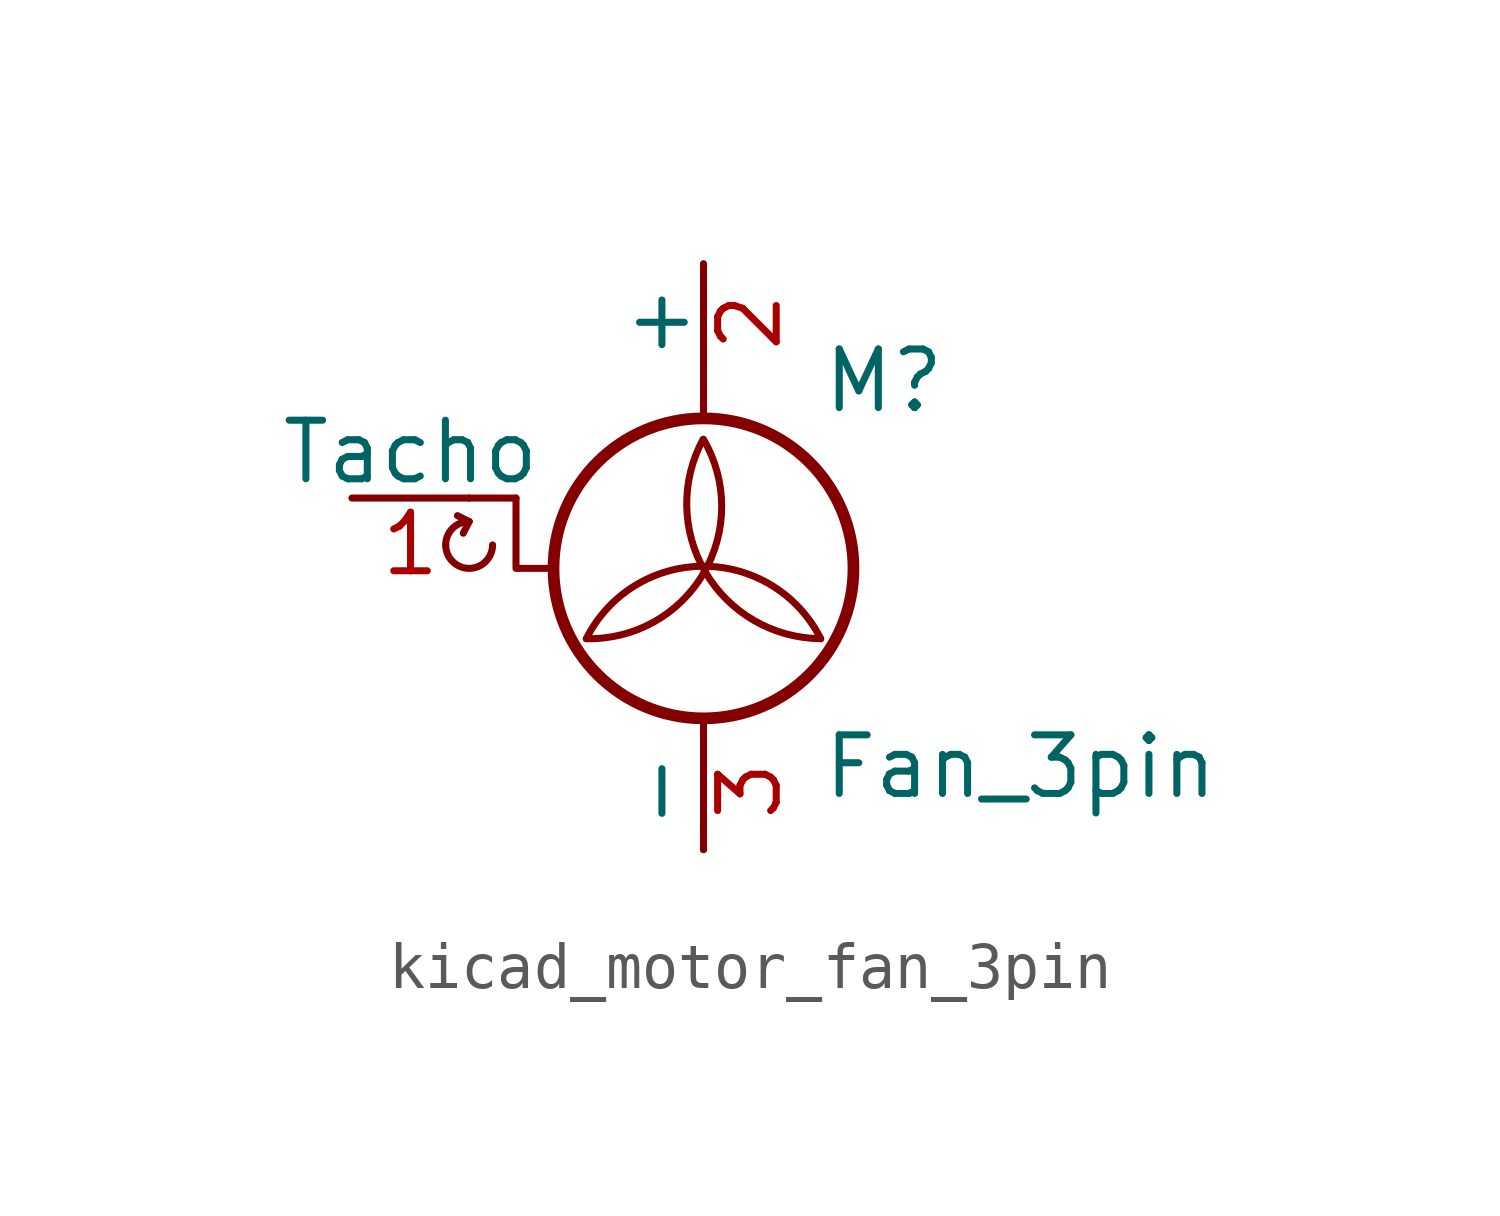
<source format=kicad_sym>
(kicad_symbol_lib
  (version 20220914)
  (generator kicad_symbol_editor)
  (symbol "kicad_motor_fan_3pin"
    (pin_names
      (offset 0))
    (property "Reference" "M"
      (at 2.54 2.54 0)
      (effects (font (size 1.27 1.27)) (justify left)))
    (property "Value" "Fan_3pin"
      (at 2.54 -5.08 0)
      (effects (font (size 1.27 1.27)) (justify left top)))
    (symbol "kicad_motor_fan_3pin_0_0"
      (arc (start -5.588 -1.016) (mid -5.08 -1.5218) (end -4.572 -1.016) (stroke (width 0) (type default)) (fill (type none)))
      (arc (start -5.08 -0.508) (mid -5.4392 -0.6568) (end -5.588 -1.016) (stroke (width 0) (type default)) (fill (type none)))
      (polyline (pts (xy -5.08 -0.508) (xy -5.334 -0.381)) (stroke (width 0) (type default)) (fill (type none)))
      (polyline (pts (xy -5.08 -0.508) (xy -5.207 -0.762)) (stroke (width 0) (type default)) (fill (type none)))
      (polyline (pts (xy -4.064 0) (xy -4.064 -1.524) (xy -3.302 -1.524)) (stroke (width 0) (type default)) (fill (type none))))
    (symbol "kicad_motor_fan_3pin_0_1"
      (arc (start -2.54 -3.048) (mid 0.0028 -1.6279) (end 0 1.27) (stroke (width 0) (type default)) (fill (type none)))
      (circle (center 0 -1.524) (radius 3.251) (stroke (width 0.254) (type default)) (fill (type none)))
      (polyline (pts (xy -4.064 0) (xy -5.08 0)) (stroke (width 0) (type default)) (fill (type none)))
      (polyline (pts (xy 0 -7.62) (xy 0 -7.112)) (stroke (width 0) (type default)) (fill (type none)))
      (polyline (pts (xy 0 -4.775) (xy 0 -5.182)) (stroke (width 0) (type default)) (fill (type none)))
      (polyline (pts (xy 0 1.727) (xy 0 2.083)) (stroke (width 0) (type default)) (fill (type none)))
      (polyline (pts (xy 0 2.032) (xy 0 2.54)) (stroke (width 0) (type default)) (fill (type none)))
      (arc (start 0 1.27) (mid 0.053 -1.619) (end 2.54 -3.048) (stroke (width 0) (type default)) (fill (type none)))
      (arc (start 2.54 -3.048) (mid 0 -1.4782) (end -2.54 -3.048) (stroke (width 0) (type default)) (fill (type none))))
    (symbol "kicad_motor_fan_3pin_1_1"
      (pin passive line (at -7.62 0 0) (length 2.54) (name "Tacho" (effects (font (size 1.27 1.27)))) (number "1" (effects (font (size 1.27 1.27)))))
      (pin passive line (at 0 5.08 270) (length 2.54) (name "+" (effects (font (size 1.27 1.27)))) (number "2" (effects (font (size 1.27 1.27)))))
      (pin passive line (at 0 -7.62 90) (length 2.54) (name "-" (effects (font (size 1.27 1.27)))) (number "3" (effects (font (size 1.27 1.27))))))))
</source>
